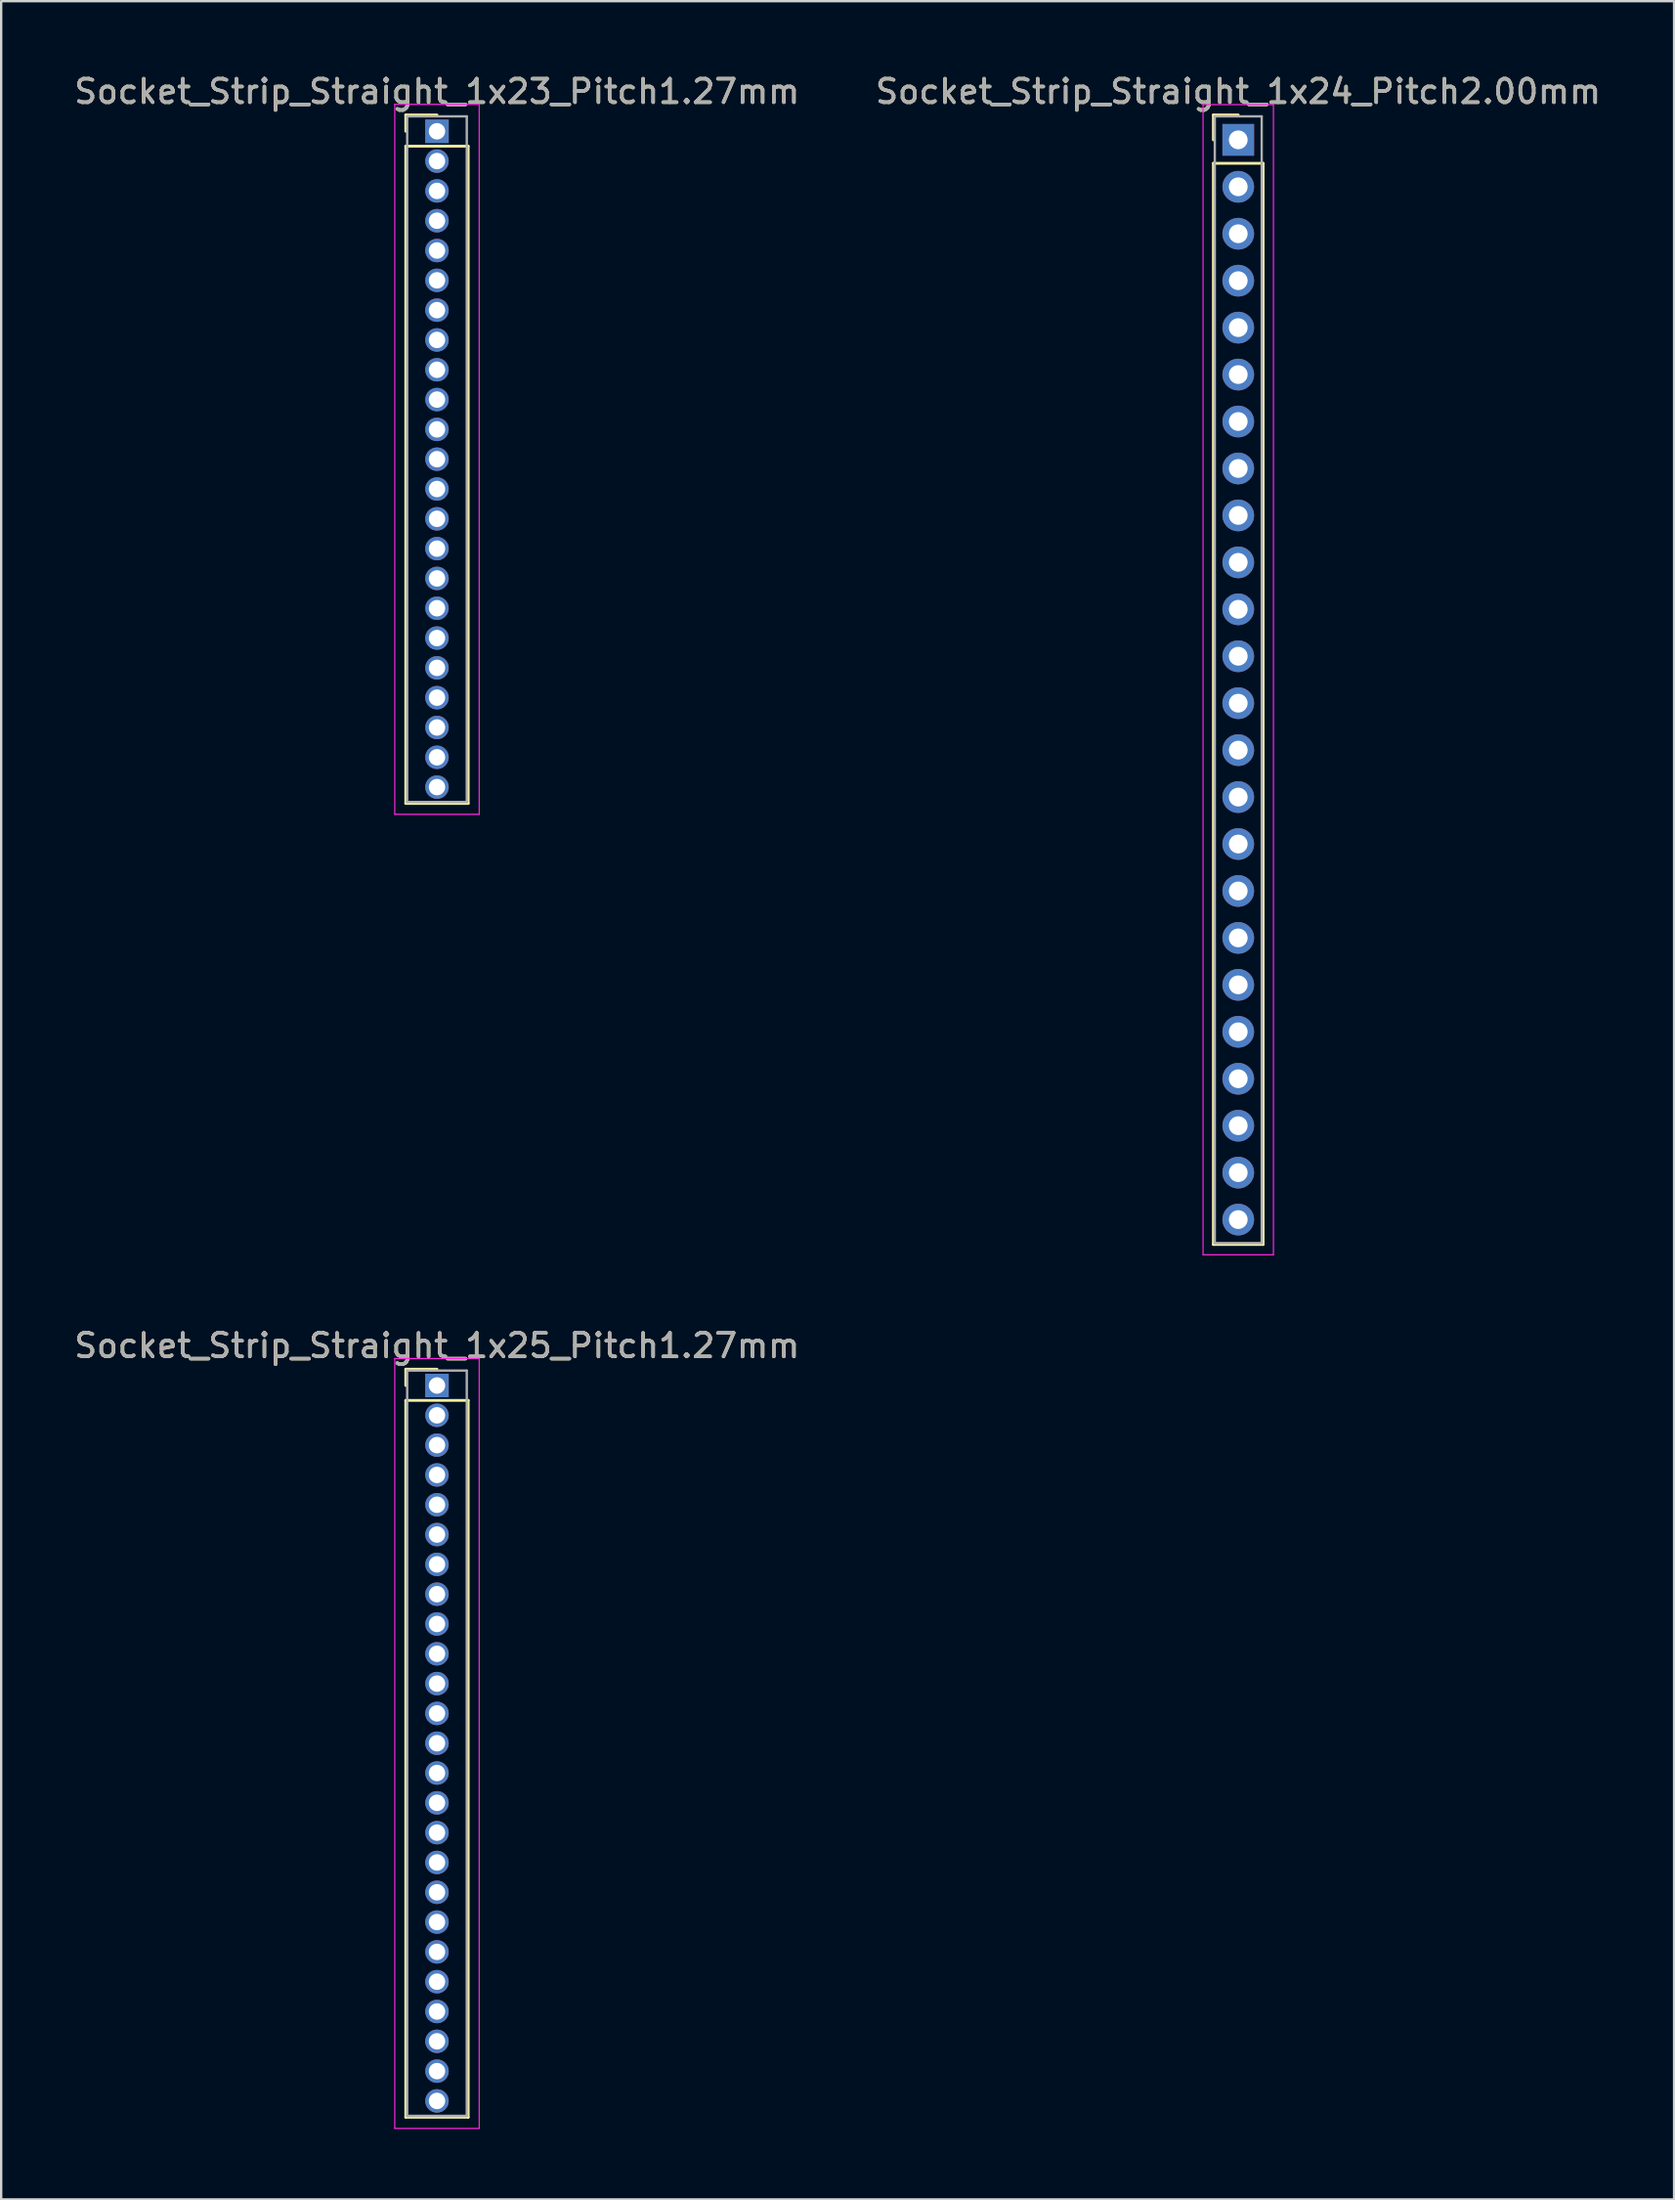
<source format=kicad_pcb>
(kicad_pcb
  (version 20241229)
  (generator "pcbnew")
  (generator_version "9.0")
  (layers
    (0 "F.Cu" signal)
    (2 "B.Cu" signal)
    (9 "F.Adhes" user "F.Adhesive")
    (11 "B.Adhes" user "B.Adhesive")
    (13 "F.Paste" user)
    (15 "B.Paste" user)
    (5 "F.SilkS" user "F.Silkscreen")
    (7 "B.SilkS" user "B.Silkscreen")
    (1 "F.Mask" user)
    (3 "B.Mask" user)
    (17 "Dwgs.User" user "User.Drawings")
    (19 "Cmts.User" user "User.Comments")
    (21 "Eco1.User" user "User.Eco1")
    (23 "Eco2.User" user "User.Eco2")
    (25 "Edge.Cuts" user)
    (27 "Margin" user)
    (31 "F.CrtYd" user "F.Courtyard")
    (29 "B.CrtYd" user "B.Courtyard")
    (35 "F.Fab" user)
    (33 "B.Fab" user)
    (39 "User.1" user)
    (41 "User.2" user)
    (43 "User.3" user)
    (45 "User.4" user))
  (footprint "Socket_Strip_Straight_1x25_Pitch1.27mm"
    (layer "F.Cu")
    (at 15.577 55.977)
    (property "Reference" "Socket_Strip_Straight_1x25_Pitch1.27mm" (at 0 -1.695 0) (layer "F.SilkS") (effects (font (size 1 1) (thickness 0.15))))
    (attr through_hole)
    (fp_line (start -1.33 -0.695) (end 0 -0.695) (stroke (width 0.12) (type solid)) (layer "F.SilkS"))
    (fp_line (start -1.33 0) (end -1.33 -0.695) (stroke (width 0.12) (type solid)) (layer "F.SilkS"))
    (fp_line (start -1.33 0.635) (end -1.33 31.175) (stroke (width 0.12) (type solid)) (layer "F.SilkS"))
    (fp_line (start -1.33 31.175) (end 1.33 31.175) (stroke (width 0.12) (type solid)) (layer "F.SilkS"))
    (fp_line (start 1.33 0.635) (end -1.33 0.635) (stroke (width 0.12) (type solid)) (layer "F.SilkS"))
    (fp_line (start 1.33 31.175) (end 1.33 0.635) (stroke (width 0.12) (type solid)) (layer "F.SilkS"))
    (fp_line (start -1.8 -1.15) (end -1.8 31.65) (stroke (width 0.05) (type solid)) (layer "F.CrtYd"))
    (fp_line (start -1.8 31.65) (end 1.8 31.65) (stroke (width 0.05) (type solid)) (layer "F.CrtYd"))
    (fp_line (start 1.8 -1.15) (end -1.8 -1.15) (stroke (width 0.05) (type solid)) (layer "F.CrtYd"))
    (fp_line (start 1.8 31.65) (end 1.8 -1.15) (stroke (width 0.05) (type solid)) (layer "F.CrtYd"))
    (fp_line (start -1.27 -0.635) (end -1.27 31.115) (stroke (width 0.1) (type solid)) (layer "F.Fab"))
    (fp_line (start -1.27 31.115) (end 1.27 31.115) (stroke (width 0.1) (type solid)) (layer "F.Fab"))
    (fp_line (start 1.27 -0.635) (end -1.27 -0.635) (stroke (width 0.1) (type solid)) (layer "F.Fab"))
    (fp_line (start 1.27 31.115) (end 1.27 -0.635) (stroke (width 0.1) (type solid)) (layer "F.Fab"))
    (fp_text user "${REFERENCE}" (at 0 -1.695 0) (layer "F.Fab") (effects (font (size 1 1) (thickness 0.15))))
    (pad "1" thru_hole rect (at 0 0) (size 1 1) (drill 0.7) (layers "*.Cu" "*.Mask"))
    (pad "2" thru_hole oval (at 0 1.27) (size 1 1) (drill 0.7) (layers "*.Cu" "*.Mask"))
    (pad "3" thru_hole oval (at 0 2.54) (size 1 1) (drill 0.7) (layers "*.Cu" "*.Mask"))
    (pad "4" thru_hole oval (at 0 3.81) (size 1 1) (drill 0.7) (layers "*.Cu" "*.Mask"))
    (pad "5" thru_hole oval (at 0 5.08) (size 1 1) (drill 0.7) (layers "*.Cu" "*.Mask"))
    (pad "6" thru_hole oval (at 0 6.35) (size 1 1) (drill 0.7) (layers "*.Cu" "*.Mask"))
    (pad "7" thru_hole oval (at 0 7.62) (size 1 1) (drill 0.7) (layers "*.Cu" "*.Mask"))
    (pad "8" thru_hole oval (at 0 8.89) (size 1 1) (drill 0.7) (layers "*.Cu" "*.Mask"))
    (pad "9" thru_hole oval (at 0 10.16) (size 1 1) (drill 0.7) (layers "*.Cu" "*.Mask"))
    (pad "10" thru_hole oval (at 0 11.43) (size 1 1) (drill 0.7) (layers "*.Cu" "*.Mask"))
    (pad "11" thru_hole oval (at 0 12.7) (size 1 1) (drill 0.7) (layers "*.Cu" "*.Mask"))
    (pad "12" thru_hole oval (at 0 13.97) (size 1 1) (drill 0.7) (layers "*.Cu" "*.Mask"))
    (pad "13" thru_hole oval (at 0 15.24) (size 1 1) (drill 0.7) (layers "*.Cu" "*.Mask"))
    (pad "14" thru_hole oval (at 0 16.51) (size 1 1) (drill 0.7) (layers "*.Cu" "*.Mask"))
    (pad "15" thru_hole oval (at 0 17.78) (size 1 1) (drill 0.7) (layers "*.Cu" "*.Mask"))
    (pad "16" thru_hole oval (at 0 19.05) (size 1 1) (drill 0.7) (layers "*.Cu" "*.Mask"))
    (pad "17" thru_hole oval (at 0 20.32) (size 1 1) (drill 0.7) (layers "*.Cu" "*.Mask"))
    (pad "18" thru_hole oval (at 0 21.59) (size 1 1) (drill 0.7) (layers "*.Cu" "*.Mask"))
    (pad "19" thru_hole oval (at 0 22.86) (size 1 1) (drill 0.7) (layers "*.Cu" "*.Mask"))
    (pad "20" thru_hole oval (at 0 24.13) (size 1 1) (drill 0.7) (layers "*.Cu" "*.Mask"))
    (pad "21" thru_hole oval (at 0 25.4) (size 1 1) (drill 0.7) (layers "*.Cu" "*.Mask"))
    (pad "22" thru_hole oval (at 0 26.67) (size 1 1) (drill 0.7) (layers "*.Cu" "*.Mask"))
    (pad "23" thru_hole oval (at 0 27.94) (size 1 1) (drill 0.7) (layers "*.Cu" "*.Mask"))
    (pad "24" thru_hole oval (at 0 29.21) (size 1 1) (drill 0.7) (layers "*.Cu" "*.Mask"))
    (pad "25" thru_hole oval (at 0 30.48) (size 1 1) (drill 0.7) (layers "*.Cu" "*.Mask")))
  (footprint "Socket_Strip_Straight_1x24_Pitch2.00mm"
    (layer "F.Cu")
    (at 49.732 2.908)
    (property "Reference" "Socket_Strip_Straight_1x24_Pitch2.00mm" (at 0 -2.06 0) (layer "F.SilkS") (effects (font (size 1 1) (thickness 0.15))))
    (attr through_hole)
    (fp_line (start -1.06 -1.06) (end 0 -1.06) (stroke (width 0.12) (type solid)) (layer "F.SilkS"))
    (fp_line (start -1.06 0) (end -1.06 -1.06) (stroke (width 0.12) (type solid)) (layer "F.SilkS"))
    (fp_line (start -1.06 1) (end -1.06 47.06) (stroke (width 0.12) (type solid)) (layer "F.SilkS"))
    (fp_line (start -1.06 47.06) (end 1.06 47.06) (stroke (width 0.12) (type solid)) (layer "F.SilkS"))
    (fp_line (start 1.06 1) (end -1.06 1) (stroke (width 0.12) (type solid)) (layer "F.SilkS"))
    (fp_line (start 1.06 47.06) (end 1.06 1) (stroke (width 0.12) (type solid)) (layer "F.SilkS"))
    (fp_line (start -1.5 -1.5) (end -1.5 47.5) (stroke (width 0.05) (type solid)) (layer "F.CrtYd"))
    (fp_line (start -1.5 47.5) (end 1.5 47.5) (stroke (width 0.05) (type solid)) (layer "F.CrtYd"))
    (fp_line (start 1.5 -1.5) (end -1.5 -1.5) (stroke (width 0.05) (type solid)) (layer "F.CrtYd"))
    (fp_line (start 1.5 47.5) (end 1.5 -1.5) (stroke (width 0.05) (type solid)) (layer "F.CrtYd"))
    (fp_line (start -1 -1) (end -1 47) (stroke (width 0.1) (type solid)) (layer "F.Fab"))
    (fp_line (start -1 47) (end 1 47) (stroke (width 0.1) (type solid)) (layer "F.Fab"))
    (fp_line (start 1 -1) (end -1 -1) (stroke (width 0.1) (type solid)) (layer "F.Fab"))
    (fp_line (start 1 47) (end 1 -1) (stroke (width 0.1) (type solid)) (layer "F.Fab"))
    (fp_text user "${REFERENCE}" (at 0 -2.06 0) (layer "F.Fab") (effects (font (size 1 1) (thickness 0.15))))
    (pad "1" thru_hole rect (at 0 0) (size 1.35 1.35) (drill 0.8) (layers "*.Cu" "*.Mask"))
    (pad "2" thru_hole oval (at 0 2) (size 1.35 1.35) (drill 0.8) (layers "*.Cu" "*.Mask"))
    (pad "3" thru_hole oval (at 0 4) (size 1.35 1.35) (drill 0.8) (layers "*.Cu" "*.Mask"))
    (pad "4" thru_hole oval (at 0 6) (size 1.35 1.35) (drill 0.8) (layers "*.Cu" "*.Mask"))
    (pad "5" thru_hole oval (at 0 8) (size 1.35 1.35) (drill 0.8) (layers "*.Cu" "*.Mask"))
    (pad "6" thru_hole oval (at 0 10) (size 1.35 1.35) (drill 0.8) (layers "*.Cu" "*.Mask"))
    (pad "7" thru_hole oval (at 0 12) (size 1.35 1.35) (drill 0.8) (layers "*.Cu" "*.Mask"))
    (pad "8" thru_hole oval (at 0 14) (size 1.35 1.35) (drill 0.8) (layers "*.Cu" "*.Mask"))
    (pad "9" thru_hole oval (at 0 16) (size 1.35 1.35) (drill 0.8) (layers "*.Cu" "*.Mask"))
    (pad "10" thru_hole oval (at 0 18) (size 1.35 1.35) (drill 0.8) (layers "*.Cu" "*.Mask"))
    (pad "11" thru_hole oval (at 0 20) (size 1.35 1.35) (drill 0.8) (layers "*.Cu" "*.Mask"))
    (pad "12" thru_hole oval (at 0 22) (size 1.35 1.35) (drill 0.8) (layers "*.Cu" "*.Mask"))
    (pad "13" thru_hole oval (at 0 24) (size 1.35 1.35) (drill 0.8) (layers "*.Cu" "*.Mask"))
    (pad "14" thru_hole oval (at 0 26) (size 1.35 1.35) (drill 0.8) (layers "*.Cu" "*.Mask"))
    (pad "15" thru_hole oval (at 0 28) (size 1.35 1.35) (drill 0.8) (layers "*.Cu" "*.Mask"))
    (pad "16" thru_hole oval (at 0 30) (size 1.35 1.35) (drill 0.8) (layers "*.Cu" "*.Mask"))
    (pad "17" thru_hole oval (at 0 32) (size 1.35 1.35) (drill 0.8) (layers "*.Cu" "*.Mask"))
    (pad "18" thru_hole oval (at 0 34) (size 1.35 1.35) (drill 0.8) (layers "*.Cu" "*.Mask"))
    (pad "19" thru_hole oval (at 0 36) (size 1.35 1.35) (drill 0.8) (layers "*.Cu" "*.Mask"))
    (pad "20" thru_hole oval (at 0 38) (size 1.35 1.35) (drill 0.8) (layers "*.Cu" "*.Mask"))
    (pad "21" thru_hole oval (at 0 40) (size 1.35 1.35) (drill 0.8) (layers "*.Cu" "*.Mask"))
    (pad "22" thru_hole oval (at 0 42) (size 1.35 1.35) (drill 0.8) (layers "*.Cu" "*.Mask"))
    (pad "23" thru_hole oval (at 0 44) (size 1.35 1.35) (drill 0.8) (layers "*.Cu" "*.Mask"))
    (pad "24" thru_hole oval (at 0 46) (size 1.35 1.35) (drill 0.8) (layers "*.Cu" "*.Mask")))
  (footprint "Socket_Strip_Straight_1x23_Pitch1.27mm"
    (layer "F.Cu")
    (at 15.577 2.543)
    (property "Reference" "Socket_Strip_Straight_1x23_Pitch1.27mm" (at 0 -1.695 0) (layer "F.SilkS") (effects (font (size 1 1) (thickness 0.15))))
    (attr through_hole)
    (fp_line (start -1.33 -0.695) (end 0 -0.695) (stroke (width 0.12) (type solid)) (layer "F.SilkS"))
    (fp_line (start -1.33 0) (end -1.33 -0.695) (stroke (width 0.12) (type solid)) (layer "F.SilkS"))
    (fp_line (start -1.33 0.635) (end -1.33 28.635) (stroke (width 0.12) (type solid)) (layer "F.SilkS"))
    (fp_line (start -1.33 28.635) (end 1.33 28.635) (stroke (width 0.12) (type solid)) (layer "F.SilkS"))
    (fp_line (start 1.33 0.635) (end -1.33 0.635) (stroke (width 0.12) (type solid)) (layer "F.SilkS"))
    (fp_line (start 1.33 28.635) (end 1.33 0.635) (stroke (width 0.12) (type solid)) (layer "F.SilkS"))
    (fp_line (start -1.8 -1.15) (end -1.8 29.1) (stroke (width 0.05) (type solid)) (layer "F.CrtYd"))
    (fp_line (start -1.8 29.1) (end 1.8 29.1) (stroke (width 0.05) (type solid)) (layer "F.CrtYd"))
    (fp_line (start 1.8 -1.15) (end -1.8 -1.15) (stroke (width 0.05) (type solid)) (layer "F.CrtYd"))
    (fp_line (start 1.8 29.1) (end 1.8 -1.15) (stroke (width 0.05) (type solid)) (layer "F.CrtYd"))
    (fp_line (start -1.27 -0.635) (end -1.27 28.575) (stroke (width 0.1) (type solid)) (layer "F.Fab"))
    (fp_line (start -1.27 28.575) (end 1.27 28.575) (stroke (width 0.1) (type solid)) (layer "F.Fab"))
    (fp_line (start 1.27 -0.635) (end -1.27 -0.635) (stroke (width 0.1) (type solid)) (layer "F.Fab"))
    (fp_line (start 1.27 28.575) (end 1.27 -0.635) (stroke (width 0.1) (type solid)) (layer "F.Fab"))
    (fp_text user "${REFERENCE}" (at 0 -1.695 0) (layer "F.Fab") (effects (font (size 1 1) (thickness 0.15))))
    (pad "1" thru_hole rect (at 0 0) (size 1 1) (drill 0.7) (layers "*.Cu" "*.Mask"))
    (pad "2" thru_hole oval (at 0 1.27) (size 1 1) (drill 0.7) (layers "*.Cu" "*.Mask"))
    (pad "3" thru_hole oval (at 0 2.54) (size 1 1) (drill 0.7) (layers "*.Cu" "*.Mask"))
    (pad "4" thru_hole oval (at 0 3.81) (size 1 1) (drill 0.7) (layers "*.Cu" "*.Mask"))
    (pad "5" thru_hole oval (at 0 5.08) (size 1 1) (drill 0.7) (layers "*.Cu" "*.Mask"))
    (pad "6" thru_hole oval (at 0 6.35) (size 1 1) (drill 0.7) (layers "*.Cu" "*.Mask"))
    (pad "7" thru_hole oval (at 0 7.62) (size 1 1) (drill 0.7) (layers "*.Cu" "*.Mask"))
    (pad "8" thru_hole oval (at 0 8.89) (size 1 1) (drill 0.7) (layers "*.Cu" "*.Mask"))
    (pad "9" thru_hole oval (at 0 10.16) (size 1 1) (drill 0.7) (layers "*.Cu" "*.Mask"))
    (pad "10" thru_hole oval (at 0 11.43) (size 1 1) (drill 0.7) (layers "*.Cu" "*.Mask"))
    (pad "11" thru_hole oval (at 0 12.7) (size 1 1) (drill 0.7) (layers "*.Cu" "*.Mask"))
    (pad "12" thru_hole oval (at 0 13.97) (size 1 1) (drill 0.7) (layers "*.Cu" "*.Mask"))
    (pad "13" thru_hole oval (at 0 15.24) (size 1 1) (drill 0.7) (layers "*.Cu" "*.Mask"))
    (pad "14" thru_hole oval (at 0 16.51) (size 1 1) (drill 0.7) (layers "*.Cu" "*.Mask"))
    (pad "15" thru_hole oval (at 0 17.78) (size 1 1) (drill 0.7) (layers "*.Cu" "*.Mask"))
    (pad "16" thru_hole oval (at 0 19.05) (size 1 1) (drill 0.7) (layers "*.Cu" "*.Mask"))
    (pad "17" thru_hole oval (at 0 20.32) (size 1 1) (drill 0.7) (layers "*.Cu" "*.Mask"))
    (pad "18" thru_hole oval (at 0 21.59) (size 1 1) (drill 0.7) (layers "*.Cu" "*.Mask"))
    (pad "19" thru_hole oval (at 0 22.86) (size 1 1) (drill 0.7) (layers "*.Cu" "*.Mask"))
    (pad "20" thru_hole oval (at 0 24.13) (size 1 1) (drill 0.7) (layers "*.Cu" "*.Mask"))
    (pad "21" thru_hole oval (at 0 25.4) (size 1 1) (drill 0.7) (layers "*.Cu" "*.Mask"))
    (pad "22" thru_hole oval (at 0 26.67) (size 1 1) (drill 0.7) (layers "*.Cu" "*.Mask"))
    (pad "23" thru_hole oval (at 0 27.94) (size 1 1) (drill 0.7) (layers "*.Cu" "*.Mask")))
  (gr_rect
    (start -3 -3)
    (end 68.31 90.651)
    (stroke (width 0.1) (type default))
    (fill no)
    (layer "Edge.Cuts")))
</source>
